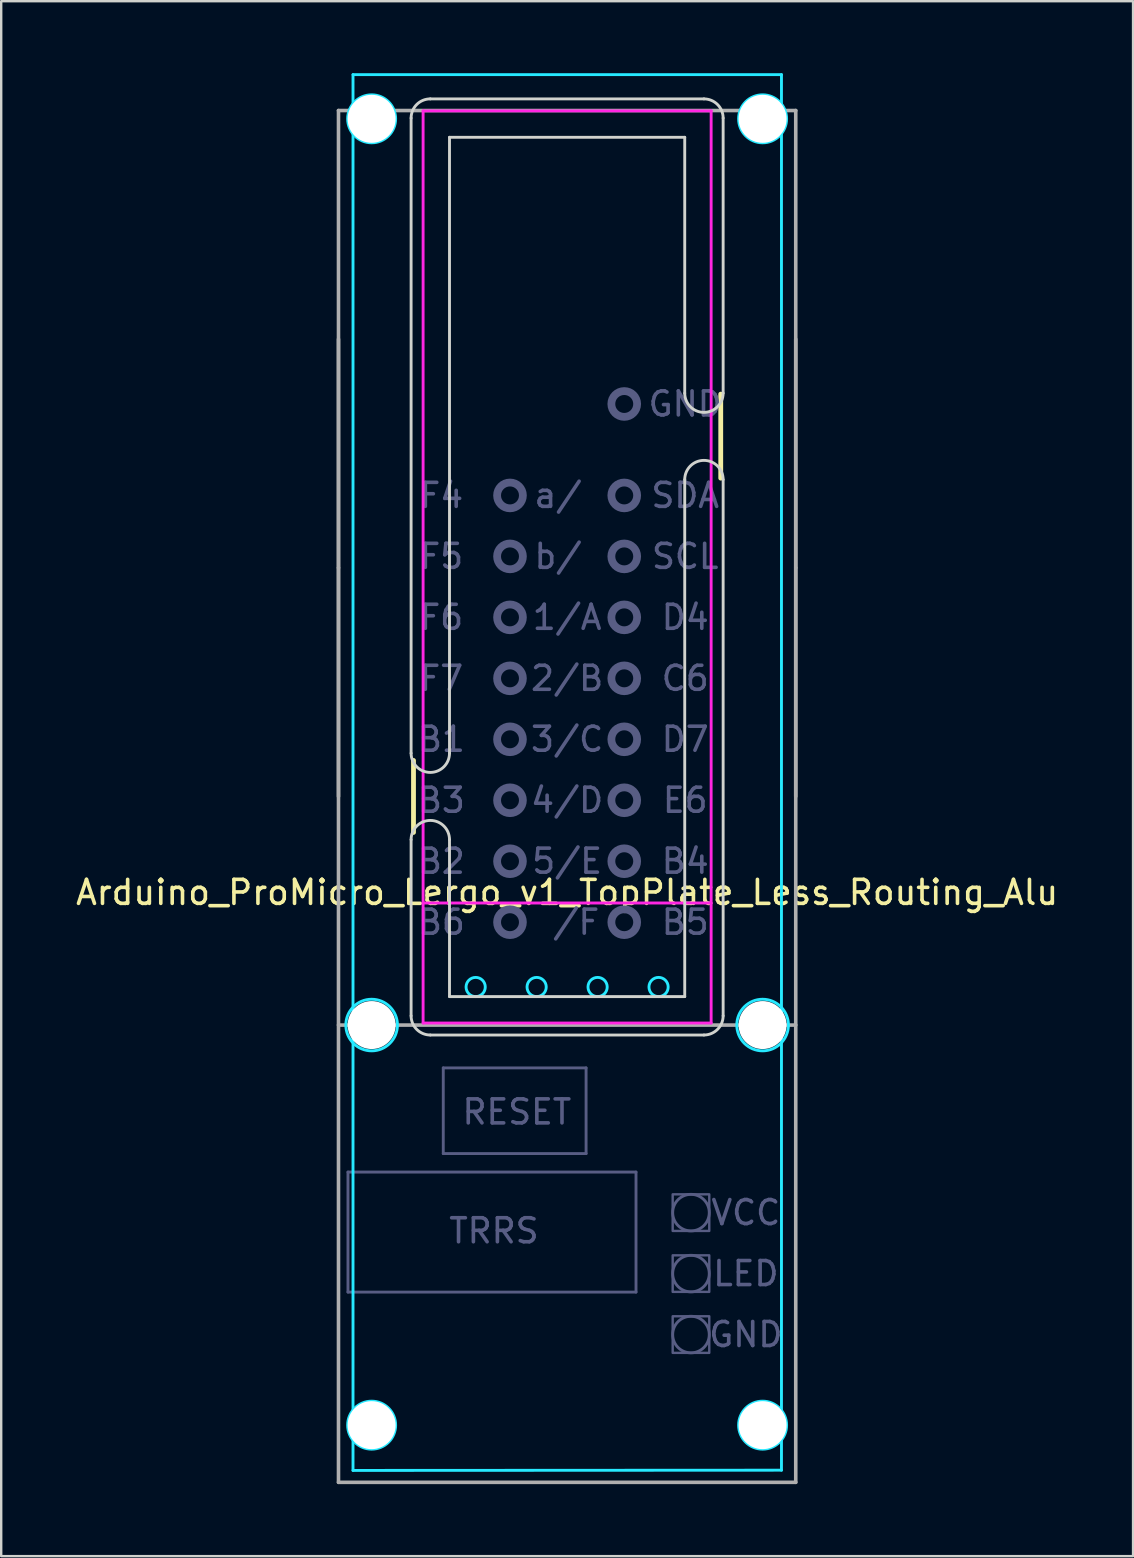
<source format=kicad_pcb>
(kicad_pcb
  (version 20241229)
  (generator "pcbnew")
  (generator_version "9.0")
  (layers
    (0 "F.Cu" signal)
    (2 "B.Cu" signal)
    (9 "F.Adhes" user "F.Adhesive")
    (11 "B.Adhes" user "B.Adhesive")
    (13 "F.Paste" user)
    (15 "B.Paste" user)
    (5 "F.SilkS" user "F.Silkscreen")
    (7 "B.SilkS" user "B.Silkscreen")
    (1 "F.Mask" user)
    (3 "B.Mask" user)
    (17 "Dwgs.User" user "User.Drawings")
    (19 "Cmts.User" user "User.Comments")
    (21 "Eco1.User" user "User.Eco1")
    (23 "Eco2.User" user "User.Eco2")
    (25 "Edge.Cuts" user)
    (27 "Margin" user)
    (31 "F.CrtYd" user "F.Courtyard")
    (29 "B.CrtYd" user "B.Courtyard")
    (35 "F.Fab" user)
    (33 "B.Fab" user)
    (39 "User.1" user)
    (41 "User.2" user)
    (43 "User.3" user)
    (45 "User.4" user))
  (footprint "Arduino_ProMicro_Lergo_v1_TopPlate_Less_Routing_Alu"
    (layer "F.Cu")
    (at 20.577 30.13)
    (property "Reference" "Arduino_ProMicro_Lergo_v1_TopPlate_Less_Routing_Alu" (at 0 4 0) (layer "F.SilkS") (effects (font (size 1 1) (thickness 0.15))))
    (attr through_hole)
    (fp_line (start -6.4 -1.5) (end -6.4 1.5) (stroke (width 0.2) (type solid)) (layer "F.SilkS"))
    (fp_line (start 6.4 -16.76) (end 6.4 -13.26) (stroke (width 0.2) (type solid)) (layer "F.SilkS"))
    (fp_line (start -6.5 -1.8) (end -6.5 -28.26) (stroke (width 0.12) (type solid)) (layer "Edge.Cuts"))
    (fp_line (start -6.5 9.14) (end -6.5 1.8) (stroke (width 0.12) (type solid)) (layer "Edge.Cuts"))
    (fp_line (start -5.7 -29.06) (end 5.7 -29.06) (stroke (width 0.12) (type solid)) (layer "Edge.Cuts"))
    (fp_line (start -4.9 -27.46) (end 4.9 -27.46) (stroke (width 0.12) (type solid)) (layer "Edge.Cuts"))
    (fp_line (start -4.9 -1.8) (end -4.9 -27.46) (stroke (width 0.12) (type solid)) (layer "Edge.Cuts"))
    (fp_line (start -4.9 8.34) (end -4.9 1.8) (stroke (width 0.12) (type solid)) (layer "Edge.Cuts"))
    (fp_line (start 4.9 -27.46) (end 4.9 -16.8) (stroke (width 0.12) (type solid)) (layer "Edge.Cuts"))
    (fp_line (start 4.9 -13.2) (end 4.9 8.34) (stroke (width 0.12) (type solid)) (layer "Edge.Cuts"))
    (fp_line (start 4.9 8.34) (end -4.9 8.34) (stroke (width 0.12) (type solid)) (layer "Edge.Cuts"))
    (fp_line (start 5.7 9.94) (end -5.7 9.94) (stroke (width 0.12) (type solid)) (layer "Edge.Cuts"))
    (fp_line (start 6.5 -28.26) (end 6.5 -16.8) (stroke (width 0.12) (type solid)) (layer "Edge.Cuts"))
    (fp_line (start 6.5 -13.2) (end 6.5 9.14) (stroke (width 0.12) (type solid)) (layer "Edge.Cuts"))
    (fp_arc (start -6.5 -28.26) (mid -6.265685 -28.825685) (end -5.7 -29.06) (stroke (width 0.12) (type solid)) (layer "Edge.Cuts"))
    (fp_arc (start -6.5 1.8) (mid -5.7 1) (end -4.9 1.8) (stroke (width 0.12) (type solid)) (layer "Edge.Cuts"))
    (fp_arc (start -5.7 9.94) (mid -6.265685 9.705685) (end -6.5 9.14) (stroke (width 0.12) (type solid)) (layer "Edge.Cuts"))
    (fp_arc (start -4.9 -1.8) (mid -5.7 -1) (end -6.5 -1.8) (stroke (width 0.12) (type solid)) (layer "Edge.Cuts"))
    (fp_arc (start 4.9 -13.2) (mid 5.7 -14) (end 6.5 -13.2) (stroke (width 0.12) (type solid)) (layer "Edge.Cuts"))
    (fp_arc (start 5.7 -29.06) (mid 6.265685 -28.825685) (end 6.5 -28.26) (stroke (width 0.12) (type solid)) (layer "Edge.Cuts"))
    (fp_arc (start 6.5 -16.8) (mid 5.7 -16) (end 4.9 -16.8) (stroke (width 0.12) (type solid)) (layer "Edge.Cuts"))
    (fp_arc (start 6.5 9.14) (mid 6.265685 9.705685) (end 5.7 9.94) (stroke (width 0.12) (type solid)) (layer "Edge.Cuts"))
    (fp_line (start -8.92 -30.07) (end -8.92 28.08) (stroke (width 0.12) (type solid)) (layer "B.CrtYd"))
    (fp_line (start -8.92 28.08) (end 8.93 28.07) (stroke (width 0.12) (type solid)) (layer "B.CrtYd"))
    (fp_line (start 8.93 -30.07) (end -8.92 -30.07) (stroke (width 0.12) (type solid)) (layer "B.CrtYd"))
    (fp_line (start 8.93 28.07) (end 8.93 -30.07) (stroke (width 0.12) (type solid)) (layer "B.CrtYd"))
    (fp_circle (center -8.144 -28.23) (end -9.144 -28.23) (stroke (width 0.12) (type solid)) (fill no) (layer "B.CrtYd"))
    (fp_circle (center -8.144 9.525) (end -9.219 9.525) (stroke (width 0.12) (type solid)) (fill no) (layer "B.CrtYd"))
    (fp_circle (center -8.144 26.194) (end -9.144 26.194) (stroke (width 0.12) (type solid)) (fill no) (layer "B.CrtYd"))
    (fp_circle (center -3.81 7.94) (end -4.21 7.94) (stroke (width 0.12) (type solid)) (fill no) (layer "B.CrtYd"))
    (fp_circle (center -1.27 7.94) (end -1.67 7.94) (stroke (width 0.12) (type solid)) (fill no) (layer "B.CrtYd"))
    (fp_circle (center 1.27 7.94) (end 0.87 7.94) (stroke (width 0.12) (type solid)) (fill no) (layer "B.CrtYd"))
    (fp_circle (center 3.81 7.94) (end 3.41 7.94) (stroke (width 0.12) (type solid)) (fill no) (layer "B.CrtYd"))
    (fp_circle (center 8.144 -28.23) (end 7.144 -28.23) (stroke (width 0.12) (type solid)) (fill no) (layer "B.CrtYd"))
    (fp_circle (center 8.144 9.525) (end 7.069 9.525) (stroke (width 0.12) (type solid)) (fill no) (layer "B.CrtYd"))
    (fp_circle (center 8.144 26.194) (end 7.144 26.194) (stroke (width 0.12) (type solid)) (fill no) (layer "B.CrtYd"))
    (fp_line (start -6 -28.56) (end -6 9.44) (stroke (width 0.12) (type solid)) (layer "F.CrtYd"))
    (fp_line (start -6 -28.56) (end 6 -28.56) (stroke (width 0.12) (type solid)) (layer "F.CrtYd"))
    (fp_line (start -6 4.44) (end 6 4.44) (stroke (width 0.12) (type solid)) (layer "F.CrtYd"))
    (fp_line (start -6 9.44) (end 6 9.44) (stroke (width 0.12) (type solid)) (layer "F.CrtYd"))
    (fp_line (start 6 9.44) (end 6 -28.56) (stroke (width 0.12) (type solid)) (layer "F.CrtYd"))
    (fp_line (start -9.13 15.65) (end 2.87 15.65) (stroke (width 0.12) (type solid)) (layer "B.Fab"))
    (fp_line (start -9.13 20.65) (end -9.13 15.65) (stroke (width 0.12) (type solid)) (layer "B.Fab"))
    (fp_line (start -5.16 11.31) (end 0.79 11.31) (stroke (width 0.12) (type solid)) (layer "B.Fab"))
    (fp_line (start -5.16 14.88) (end -5.16 11.31) (stroke (width 0.12) (type solid)) (layer "B.Fab"))
    (fp_line (start 0.79 11.31) (end 0.79 14.88) (stroke (width 0.12) (type solid)) (layer "B.Fab"))
    (fp_line (start 0.79 14.88) (end -5.16 14.88) (stroke (width 0.12) (type solid)) (layer "B.Fab"))
    (fp_line (start 2.87 15.65) (end 2.87 20.65) (stroke (width 0.12) (type solid)) (layer "B.Fab"))
    (fp_line (start 2.87 20.65) (end -9.13 20.65) (stroke (width 0.12) (type solid)) (layer "B.Fab"))
    (fp_circle (center -2.38 -12.54) (end -1.843 -12.54) (stroke (width 0.325) (type solid)) (fill no) (layer "B.Fab"))
    (fp_circle (center -2.38 -10) (end -1.843 -10) (stroke (width 0.325) (type solid)) (fill no) (layer "B.Fab"))
    (fp_circle (center -2.38 -7.46) (end -1.843 -7.46) (stroke (width 0.325) (type solid)) (fill no) (layer "B.Fab"))
    (fp_circle (center -2.38 -4.92) (end -1.843 -4.92) (stroke (width 0.325) (type solid)) (fill no) (layer "B.Fab"))
    (fp_circle (center -2.38 -2.38) (end -1.843 -2.38) (stroke (width 0.325) (type solid)) (fill no) (layer "B.Fab"))
    (fp_circle (center -2.38 0.16) (end -1.843 0.16) (stroke (width 0.325) (type solid)) (fill no) (layer "B.Fab"))
    (fp_circle (center -2.38 2.7) (end -1.843 2.7) (stroke (width 0.325) (type solid)) (fill no) (layer "B.Fab"))
    (fp_circle (center -2.38 5.24) (end -1.843 5.24) (stroke (width 0.325) (type solid)) (fill no) (layer "B.Fab"))
    (fp_circle (center 2.38 -16.35) (end 2.917 -16.35) (stroke (width 0.325) (type solid)) (fill no) (layer "B.Fab"))
    (fp_circle (center 2.38 -12.54) (end 2.917 -12.54) (stroke (width 0.325) (type solid)) (fill no) (layer "B.Fab"))
    (fp_circle (center 2.38 -10) (end 2.917 -10) (stroke (width 0.325) (type solid)) (fill no) (layer "B.Fab"))
    (fp_circle (center 2.38 -7.46) (end 2.917 -7.46) (stroke (width 0.325) (type solid)) (fill no) (layer "B.Fab"))
    (fp_circle (center 2.38 -4.92) (end 2.917 -4.92) (stroke (width 0.325) (type solid)) (fill no) (layer "B.Fab"))
    (fp_circle (center 2.38 -2.38) (end 2.917 -2.38) (stroke (width 0.325) (type solid)) (fill no) (layer "B.Fab"))
    (fp_circle (center 2.38 0.16) (end 2.917 0.16) (stroke (width 0.325) (type solid)) (fill no) (layer "B.Fab"))
    (fp_circle (center 2.38 2.7) (end 2.917 2.7) (stroke (width 0.325) (type solid)) (fill no) (layer "B.Fab"))
    (fp_circle (center 2.38 5.24) (end 2.917 5.24) (stroke (width 0.325) (type solid)) (fill no) (layer "B.Fab"))
    (fp_circle (center 5.16 17.34) (end 5.922 17.34) (stroke (width 0.12) (type solid)) (fill no) (layer "B.Fab"))
    (fp_circle (center 5.16 19.88) (end 5.922 19.88) (stroke (width 0.12) (type solid)) (fill no) (layer "B.Fab"))
    (fp_circle (center 5.16 22.42) (end 5.922 22.42) (stroke (width 0.12) (type solid)) (fill no) (layer "B.Fab"))
    (fp_poly (pts (xy 5.922 18.102) (xy 4.398 18.102) (xy 4.398 16.578) (xy 5.922 16.578)) (stroke (width 0.1) (type solid)) (fill no) (layer "B.Fab"))
    (fp_poly (pts (xy 5.922 20.642) (xy 4.398 20.642) (xy 4.398 19.118) (xy 5.922 19.118)) (stroke (width 0.1) (type solid)) (fill no) (layer "B.Fab"))
    (fp_poly (pts (xy 5.922 23.182) (xy 4.398 23.182) (xy 4.398 21.658) (xy 5.922 21.658)) (stroke (width 0.1) (type solid)) (fill no) (layer "B.Fab"))
    (fp_line (start -9.525 -28.575) (end -9.525 -9.525) (stroke (width 0.15) (type solid)) (layer "F.Fab"))
    (fp_line (start -9.525 -19.05) (end -9.525 0) (stroke (width 0.15) (type solid)) (layer "F.Fab"))
    (fp_line (start -9.525 -9.525) (end -9.525 28.575) (stroke (width 0.15) (type solid)) (layer "F.Fab"))
    (fp_line (start -9.525 9.525) (end 9.525 9.525) (stroke (width 0.15) (type solid)) (layer "F.Fab"))
    (fp_line (start -9.525 28.575) (end 9.525 28.575) (stroke (width 0.15) (type solid)) (layer "F.Fab"))
    (fp_line (start 9.525 -28.575) (end -9.525 -28.575) (stroke (width 0.15) (type solid)) (layer "F.Fab"))
    (fp_line (start 9.525 -9.525) (end 9.525 -28.575) (stroke (width 0.15) (type solid)) (layer "F.Fab"))
    (fp_line (start 9.525 0) (end 9.525 -19.05) (stroke (width 0.15) (type solid)) (layer "F.Fab"))
    (fp_line (start 9.525 28.575) (end 9.525 -9.525) (stroke (width 0.15) (type solid)) (layer "F.Fab"))
    (fp_text user "4/D" (at 0 0.16 0) (layer "B.Fab") (effects (font (size 1 1) (thickness 0.15))))
    (fp_text user "B4" (at 4.92 2.7 0) (layer "B.Fab") (effects (font (size 1 1) (thickness 0.15))))
    (fp_text user "E6" (at 4.92 0.16 0) (layer "B.Fab") (effects (font (size 1 1) (thickness 0.15))))
    (fp_text user "F6" (at -5.24 -7.46 0) (layer "B.Fab") (effects (font (size 1 1) (thickness 0.15))))
    (fp_text user "F5" (at -5.24 -10 0) (layer "B.Fab") (effects (font (size 1 1) (thickness 0.15))))
    (fp_text user "1/A" (at 0 -7.46 0) (layer "B.Fab") (effects (font (size 1 1) (thickness 0.15))))
    (fp_text user "b/ " (at 0 -10 0) (layer "B.Fab") (effects (font (size 1 1) (thickness 0.15))))
    (fp_text user "2/B" (at 0 -4.92 0) (layer "B.Fab") (effects (font (size 1 1) (thickness 0.15))))
    (fp_text user "C6" (at 4.92 -4.92 0) (layer "B.Fab") (effects (font (size 1 1) (thickness 0.15))))
    (fp_text user "B1" (at -5.24 -2.38 0) (layer "B.Fab") (effects (font (size 1 1) (thickness 0.15))))
    (fp_text user "5/E" (at 0 2.7 0) (layer "B.Fab") (effects (font (size 1 1) (thickness 0.15))))
    (fp_text user "VCC" (at 7.446 17.34 0) (layer "B.Fab") (effects (font (size 1 1) (thickness 0.15))))
    (fp_text user "LED" (at 7.446 19.88 0) (layer "B.Fab") (effects (font (size 1 1) (thickness 0.15))))
    (fp_text user "F7" (at -5.24 -4.92 0) (layer "B.Fab") (effects (font (size 1 1) (thickness 0.15))))
    (fp_text user "F4" (at -5.24 -12.54 0) (layer "B.Fab") (effects (font (size 1 1) (thickness 0.15))))
    (fp_text user " /F" (at 0 5.24 0) (layer "B.Fab") (effects (font (size 1 1) (thickness 0.15))))
    (fp_text user "SDA" (at 4.92 -12.54 0) (layer "B.Fab") (effects (font (size 1 1) (thickness 0.15))))
    (fp_text user "GND" (at 7.446 22.42 0) (layer "B.Fab") (effects (font (size 1 1) (thickness 0.15))))
    (fp_text user "D7" (at 4.92 -2.38 0) (layer "B.Fab") (effects (font (size 1 1) (thickness 0.15))))
    (fp_text user "3/C" (at 0 -2.38 0) (layer "B.Fab") (effects (font (size 1 1) (thickness 0.15))))
    (fp_text user "RESET" (at -2.095 13.145 0) (layer "B.Fab") (effects (font (size 1 1) (thickness 0.15))))
    (fp_text user "B6" (at -5.24 5.24 0) (layer "B.Fab") (effects (font (size 1 1) (thickness 0.15))))
    (fp_text user "B5" (at 4.92 5.24 0) (layer "B.Fab") (effects (font (size 1 1) (thickness 0.15))))
    (fp_text user "a/ " (at 0 -12.54 0) (layer "B.Fab") (effects (font (size 1 1) (thickness 0.15))))
    (fp_text user "B2" (at -5.24 2.7 0) (layer "B.Fab") (effects (font (size 1 1) (thickness 0.15))))
    (fp_text user "TRRS" (at -3.048 18.098 0) (layer "B.Fab") (effects (font (size 1 1) (thickness 0.15))))
    (fp_text user "SCL" (at 4.92 -10 0) (layer "B.Fab") (effects (font (size 1 1) (thickness 0.15))))
    (fp_text user "B3" (at -5.24 0.16 0) (layer "B.Fab") (effects (font (size 1 1) (thickness 0.15))))
    (fp_text user "D4" (at 4.92 -7.46 0) (layer "B.Fab") (effects (font (size 1 1) (thickness 0.15))))
    (fp_text user "GND" (at 4.92 -16.35 0) (layer "B.Fab") (effects (font (size 1 1) (thickness 0.15))))
    (pad "" np_thru_hole circle (at -8.144 -28.23) (size 2 2) (drill 2) (layers "*.Cu" "*.Mask"))
    (pad "" np_thru_hole circle (at -8.144 9.525) (size 2 2) (drill 2) (layers "*.Cu" "*.Mask"))
    (pad "" np_thru_hole circle (at -8.144 26.194) (size 2 2) (drill 2) (layers "*.Cu" "*.Mask"))
    (pad "" np_thru_hole circle (at 8.144 -28.23) (size 2 2) (drill 2) (layers "*.Cu" "*.Mask"))
    (pad "" np_thru_hole circle (at 8.144 9.525) (size 2 2) (drill 2) (layers "*.Cu" "*.Mask"))
    (pad "" np_thru_hole circle (at 8.144 26.194) (size 2 2) (drill 2) (layers "*.Cu" "*.Mask")))
  (gr_rect
    (start -3 -3)
    (end 44.155 61.78)
    (stroke (width 0.1) (type default))
    (fill no)
    (layer "Edge.Cuts")))
</source>
